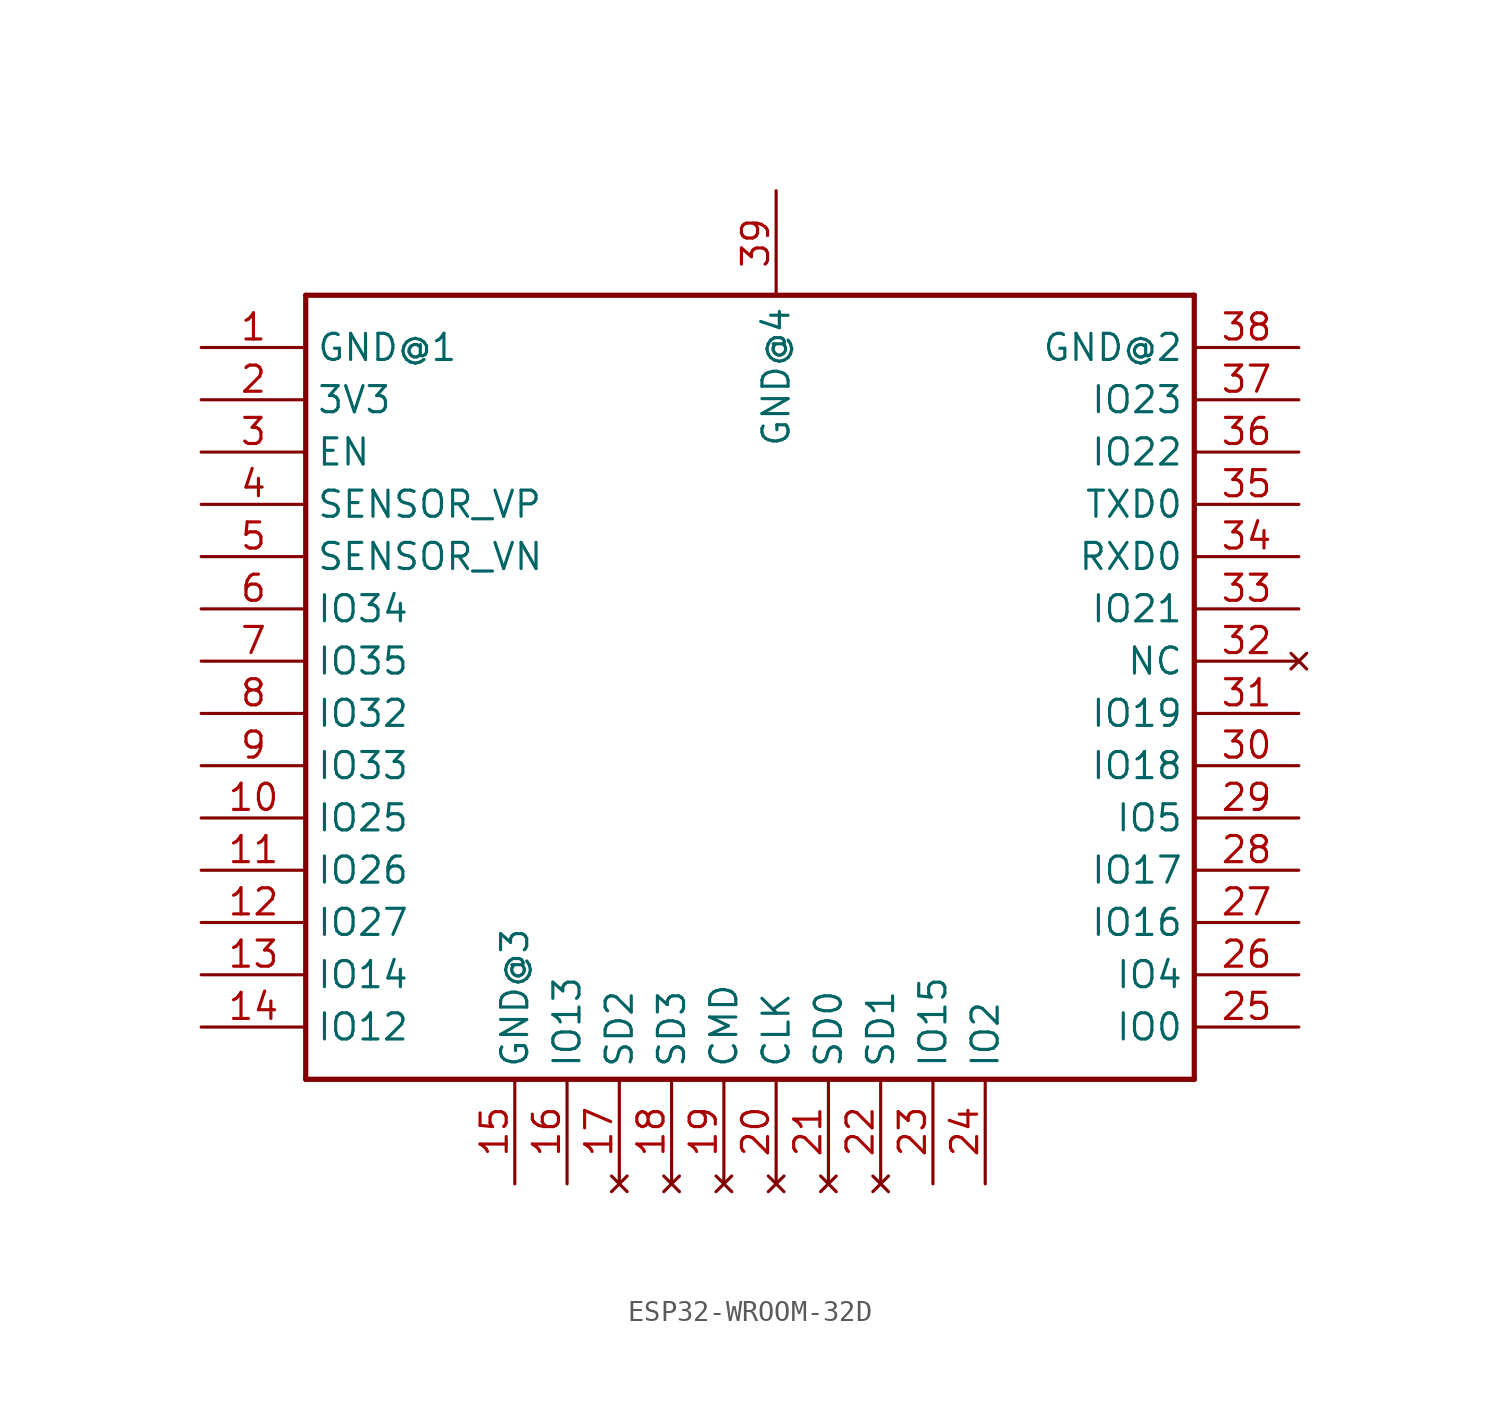
<source format=kicad_sym>
(kicad_symbol_lib
  (version 20220914)
  (generator kicad_symbol_editor)
  (symbol "ESP32-WROOM-32D"
    (property "Reference" ""
      (at 0 0 0)
      (effects (font (size 1.27 1.27)) hide))
    (property "ki_locked" ""
      (at 0 0 0)
      (effects (font (size 1.27 1.27))))
    (symbol "ESP32-WROOM-32D_1_0"
      (polyline (pts (xy -15.24 -22.86) (xy 27.94 -22.86)) (stroke (width 0.254) (type solid)) (fill (type none)))
      (polyline (pts (xy -15.24 15.24) (xy -15.24 -22.86)) (stroke (width 0.254) (type solid)) (fill (type none)))
      (polyline (pts (xy 27.94 -22.86) (xy 27.94 15.24)) (stroke (width 0.254) (type solid)) (fill (type none)))
      (polyline (pts (xy 27.94 15.24) (xy -15.24 15.24)) (stroke (width 0.254) (type solid)) (fill (type none)))
      (pin passive line (at -20.32 12.7 0) (length 5.08) (name "GND@1" (effects (font (size 1.27 1.27)))) (number "1" (effects (font (size 1.27 1.27)))))
      (pin passive line (at -20.32 -10.16 0) (length 5.08) (name "IO25" (effects (font (size 1.27 1.27)))) (number "10" (effects (font (size 1.27 1.27)))))
      (pin passive line (at -20.32 -12.7 0) (length 5.08) (name "IO26" (effects (font (size 1.27 1.27)))) (number "11" (effects (font (size 1.27 1.27)))))
      (pin bidirectional line (at -20.32 -15.24 0) (length 5.08) (name "IO27" (effects (font (size 1.27 1.27)))) (number "12" (effects (font (size 1.27 1.27)))))
      (pin bidirectional line (at -20.32 -17.78 0) (length 5.08) (name "IO14" (effects (font (size 1.27 1.27)))) (number "13" (effects (font (size 1.27 1.27)))))
      (pin bidirectional line (at -20.32 -20.32 0) (length 5.08) (name "IO12" (effects (font (size 1.27 1.27)))) (number "14" (effects (font (size 1.27 1.27)))))
      (pin passive line (at -5.08 -27.94 90) (length 5.08) (name "GND@3" (effects (font (size 1.27 1.27)))) (number "15" (effects (font (size 1.27 1.27)))))
      (pin passive line (at -2.54 -27.94 90) (length 5.08) (name "IO13" (effects (font (size 1.27 1.27)))) (number "16" (effects (font (size 1.27 1.27)))))
      (pin no_connect line (at 0 -27.94 90) (length 5.08) (name "SD2" (effects (font (size 1.27 1.27)))) (number "17" (effects (font (size 1.27 1.27)))))
      (pin no_connect line (at 2.54 -27.94 90) (length 5.08) (name "SD3" (effects (font (size 1.27 1.27)))) (number "18" (effects (font (size 1.27 1.27)))))
      (pin no_connect line (at 5.08 -27.94 90) (length 5.08) (name "CMD" (effects (font (size 1.27 1.27)))) (number "19" (effects (font (size 1.27 1.27)))))
      (pin passive line (at -20.32 10.16 0) (length 5.08) (name "3V3" (effects (font (size 1.27 1.27)))) (number "2" (effects (font (size 1.27 1.27)))))
      (pin no_connect line (at 7.62 -27.94 90) (length 5.08) (name "CLK" (effects (font (size 1.27 1.27)))) (number "20" (effects (font (size 1.27 1.27)))))
      (pin no_connect line (at 10.16 -27.94 90) (length 5.08) (name "SD0" (effects (font (size 1.27 1.27)))) (number "21" (effects (font (size 1.27 1.27)))))
      (pin no_connect line (at 12.7 -27.94 90) (length 5.08) (name "SD1" (effects (font (size 1.27 1.27)))) (number "22" (effects (font (size 1.27 1.27)))))
      (pin passive line (at 15.24 -27.94 90) (length 5.08) (name "IO15" (effects (font (size 1.27 1.27)))) (number "23" (effects (font (size 1.27 1.27)))))
      (pin passive line (at 17.78 -27.94 90) (length 5.08) (name "IO2" (effects (font (size 1.27 1.27)))) (number "24" (effects (font (size 1.27 1.27)))))
      (pin bidirectional line (at 33.02 -20.32 180) (length 5.08) (name "IO0" (effects (font (size 1.27 1.27)))) (number "25" (effects (font (size 1.27 1.27)))))
      (pin bidirectional line (at 33.02 -17.78 180) (length 5.08) (name "IO4" (effects (font (size 1.27 1.27)))) (number "26" (effects (font (size 1.27 1.27)))))
      (pin bidirectional line (at 33.02 -15.24 180) (length 5.08) (name "IO16" (effects (font (size 1.27 1.27)))) (number "27" (effects (font (size 1.27 1.27)))))
      (pin passive line (at 33.02 -12.7 180) (length 5.08) (name "IO17" (effects (font (size 1.27 1.27)))) (number "28" (effects (font (size 1.27 1.27)))))
      (pin passive line (at 33.02 -10.16 180) (length 5.08) (name "IO5" (effects (font (size 1.27 1.27)))) (number "29" (effects (font (size 1.27 1.27)))))
      (pin passive line (at -20.32 7.62 0) (length 5.08) (name "EN" (effects (font (size 1.27 1.27)))) (number "3" (effects (font (size 1.27 1.27)))))
      (pin passive line (at 33.02 -7.62 180) (length 5.08) (name "IO18" (effects (font (size 1.27 1.27)))) (number "30" (effects (font (size 1.27 1.27)))))
      (pin passive line (at 33.02 -5.08 180) (length 5.08) (name "IO19" (effects (font (size 1.27 1.27)))) (number "31" (effects (font (size 1.27 1.27)))))
      (pin no_connect line (at 33.02 -2.54 180) (length 5.08) (name "NC" (effects (font (size 1.27 1.27)))) (number "32" (effects (font (size 1.27 1.27)))))
      (pin passive line (at 33.02 0 180) (length 5.08) (name "IO21" (effects (font (size 1.27 1.27)))) (number "33" (effects (font (size 1.27 1.27)))))
      (pin passive line (at 33.02 2.54 180) (length 5.08) (name "RXD0" (effects (font (size 1.27 1.27)))) (number "34" (effects (font (size 1.27 1.27)))))
      (pin passive line (at 33.02 5.08 180) (length 5.08) (name "TXD0" (effects (font (size 1.27 1.27)))) (number "35" (effects (font (size 1.27 1.27)))))
      (pin passive line (at 33.02 7.62 180) (length 5.08) (name "IO22" (effects (font (size 1.27 1.27)))) (number "36" (effects (font (size 1.27 1.27)))))
      (pin passive line (at 33.02 10.16 180) (length 5.08) (name "IO23" (effects (font (size 1.27 1.27)))) (number "37" (effects (font (size 1.27 1.27)))))
      (pin passive line (at 33.02 12.7 180) (length 5.08) (name "GND@2" (effects (font (size 1.27 1.27)))) (number "38" (effects (font (size 1.27 1.27)))))
      (pin bidirectional line (at 7.62 20.32 270) (length 5.08) (name "GND@4" (effects (font (size 1.27 1.27)))) (number "39" (effects (font (size 1.27 1.27)))))
      (pin passive line (at -20.32 5.08 0) (length 5.08) (name "SENSOR_VP" (effects (font (size 1.27 1.27)))) (number "4" (effects (font (size 1.27 1.27)))))
      (pin passive line (at -20.32 2.54 0) (length 5.08) (name "SENSOR_VN" (effects (font (size 1.27 1.27)))) (number "5" (effects (font (size 1.27 1.27)))))
      (pin passive line (at -20.32 0 0) (length 5.08) (name "IO34" (effects (font (size 1.27 1.27)))) (number "6" (effects (font (size 1.27 1.27)))))
      (pin passive line (at -20.32 -2.54 0) (length 5.08) (name "IO35" (effects (font (size 1.27 1.27)))) (number "7" (effects (font (size 1.27 1.27)))))
      (pin passive line (at -20.32 -5.08 0) (length 5.08) (name "IO32" (effects (font (size 1.27 1.27)))) (number "8" (effects (font (size 1.27 1.27)))))
      (pin passive line (at -20.32 -7.62 0) (length 5.08) (name "IO33" (effects (font (size 1.27 1.27)))) (number "9" (effects (font (size 1.27 1.27))))))))
</source>
